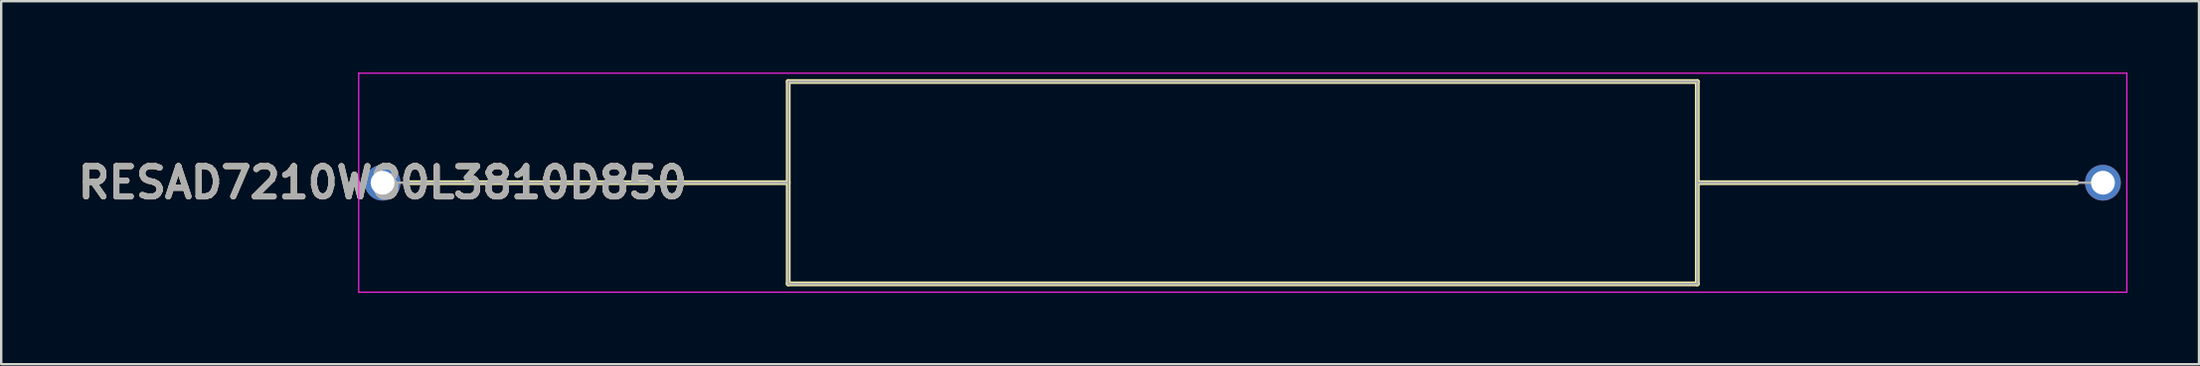
<source format=kicad_pcb>
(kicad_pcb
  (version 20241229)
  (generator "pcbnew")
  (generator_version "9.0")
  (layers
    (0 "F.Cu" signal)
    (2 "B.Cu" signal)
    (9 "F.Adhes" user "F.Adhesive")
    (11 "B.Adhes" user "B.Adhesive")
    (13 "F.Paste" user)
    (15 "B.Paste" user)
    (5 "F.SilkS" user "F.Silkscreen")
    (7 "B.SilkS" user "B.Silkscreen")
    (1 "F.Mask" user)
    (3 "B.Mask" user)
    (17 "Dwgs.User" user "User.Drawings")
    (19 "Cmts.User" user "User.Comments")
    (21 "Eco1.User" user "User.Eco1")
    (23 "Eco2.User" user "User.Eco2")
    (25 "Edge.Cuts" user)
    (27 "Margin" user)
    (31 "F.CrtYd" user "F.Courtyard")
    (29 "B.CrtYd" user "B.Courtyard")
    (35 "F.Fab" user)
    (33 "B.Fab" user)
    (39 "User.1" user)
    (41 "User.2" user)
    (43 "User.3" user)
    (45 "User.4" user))
  (footprint "RESAD7210W80L3810D850"
    (layer "F.Cu")
    (at 12.984 4.625)
    (property "Reference" "RESAD7210W80L3810D850" (at 0 0 0) (layer "F.SilkS") (effects (font (size 1.27 1.27) (thickness 0.254))))
    (attr through_hole)
    (fp_line (start 1.1 0) (end 17 0) (stroke (width 0.2) (type solid)) (layer "F.SilkS"))
    (fp_line (start 17 -4.25) (end 55.1 -4.25) (stroke (width 0.2) (type solid)) (layer "F.SilkS"))
    (fp_line (start 17 4.25) (end 17 -4.25) (stroke (width 0.2) (type solid)) (layer "F.SilkS"))
    (fp_line (start 55.1 -4.25) (end 55.1 4.25) (stroke (width 0.2) (type solid)) (layer "F.SilkS"))
    (fp_line (start 55.1 0) (end 71 0) (stroke (width 0.2) (type solid)) (layer "F.SilkS"))
    (fp_line (start 55.1 4.25) (end 17 4.25) (stroke (width 0.2) (type solid)) (layer "F.SilkS"))
    (fp_line (start -1 -4.6) (end 73.1 -4.6) (stroke (width 0.05) (type solid)) (layer "F.CrtYd"))
    (fp_line (start -1 4.6) (end -1 -4.6) (stroke (width 0.05) (type solid)) (layer "F.CrtYd"))
    (fp_line (start 73.1 -4.6) (end 73.1 4.6) (stroke (width 0.05) (type solid)) (layer "F.CrtYd"))
    (fp_line (start 73.1 4.6) (end -1 4.6) (stroke (width 0.05) (type solid)) (layer "F.CrtYd"))
    (fp_line (start 0 0) (end 17 0) (stroke (width 0.1) (type solid)) (layer "F.Fab"))
    (fp_line (start 17 -4.25) (end 55.1 -4.25) (stroke (width 0.1) (type solid)) (layer "F.Fab"))
    (fp_line (start 17 4.25) (end 17 -4.25) (stroke (width 0.1) (type solid)) (layer "F.Fab"))
    (fp_line (start 55.1 -4.25) (end 55.1 4.25) (stroke (width 0.1) (type solid)) (layer "F.Fab"))
    (fp_line (start 55.1 0) (end 72.1 0) (stroke (width 0.1) (type solid)) (layer "F.Fab"))
    (fp_line (start 55.1 4.25) (end 17 4.25) (stroke (width 0.1) (type solid)) (layer "F.Fab"))
    (fp_text user "${REFERENCE}" (at 0 0 0) (layer "F.Fab") (effects (font (size 1.27 1.27) (thickness 0.254))))
    (pad "1" thru_hole circle (at 0 0) (size 1.5 1.5) (drill 1) (layers "*.Cu" "*.Mask"))
    (pad "2" thru_hole circle (at 72.1 0) (size 1.5 1.5) (drill 1) (layers "*.Cu" "*.Mask")))
  (gr_rect
    (start -3 -3)
    (end 89.109 12.25)
    (stroke (width 0.1) (type default))
    (fill no)
    (layer "Edge.Cuts")))
</source>
